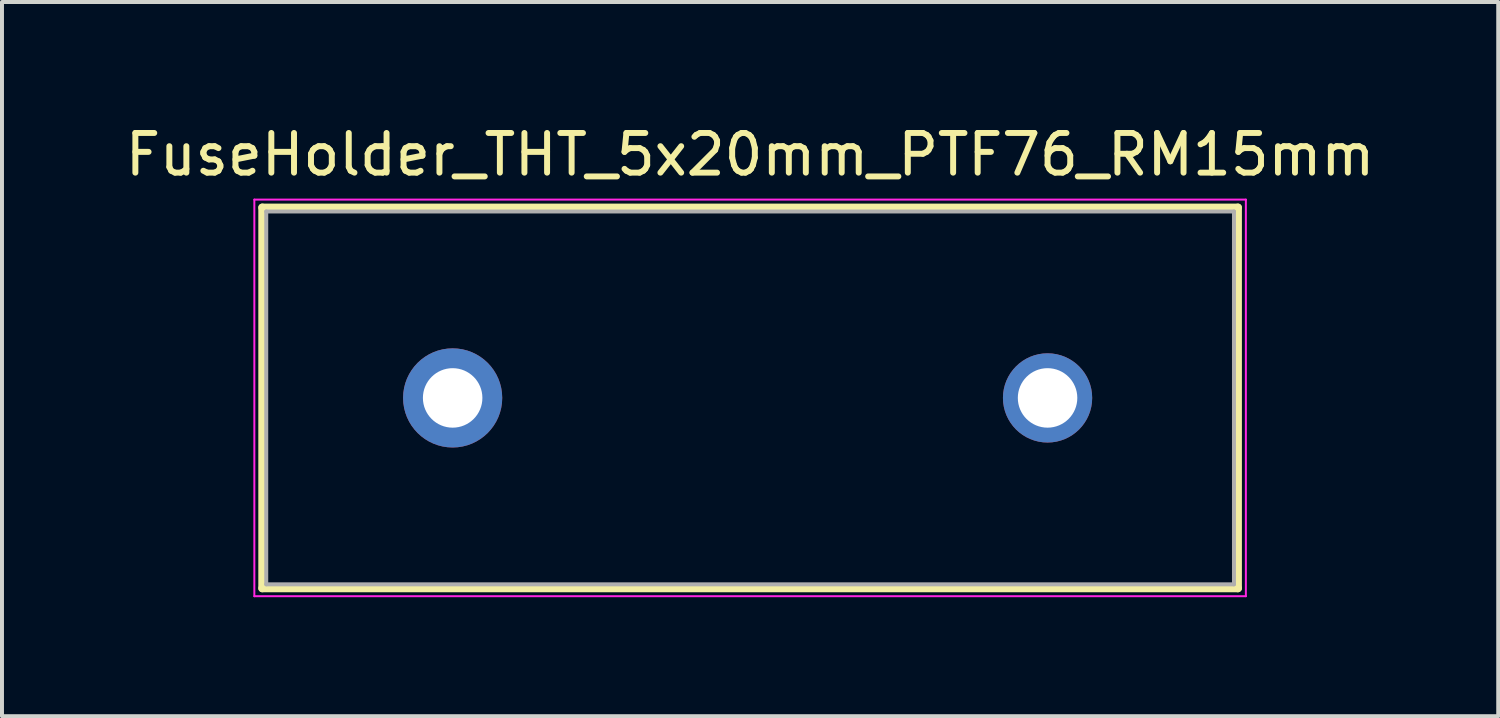
<source format=kicad_pcb>
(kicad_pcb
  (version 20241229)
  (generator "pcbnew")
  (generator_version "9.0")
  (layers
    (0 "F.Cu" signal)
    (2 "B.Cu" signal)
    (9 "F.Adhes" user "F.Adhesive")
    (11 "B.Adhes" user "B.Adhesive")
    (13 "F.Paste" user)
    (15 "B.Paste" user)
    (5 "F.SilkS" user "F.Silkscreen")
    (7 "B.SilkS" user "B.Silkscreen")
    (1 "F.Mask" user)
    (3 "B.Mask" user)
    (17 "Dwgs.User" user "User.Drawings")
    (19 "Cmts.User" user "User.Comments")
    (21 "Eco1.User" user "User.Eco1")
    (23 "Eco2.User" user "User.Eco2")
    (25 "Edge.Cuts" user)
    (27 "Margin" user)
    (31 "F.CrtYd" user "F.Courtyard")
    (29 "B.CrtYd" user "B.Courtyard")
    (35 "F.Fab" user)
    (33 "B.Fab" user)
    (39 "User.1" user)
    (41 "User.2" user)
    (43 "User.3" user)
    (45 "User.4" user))
  (footprint "FuseHolder_THT_5x20mm_PTF76_RM15mm"
    (layer "F.Cu")
    (at 15.863 6.983)
    (property "Reference" "FuseHolder_THT_5x20mm_PTF76_RM15mm" (at 0 -6.135 0) (layer "F.SilkS") (effects (font (size 1 1) (thickness 0.15))))
    (attr through_hole)
    (fp_line (start -12.3 -4.8) (end 12.3 -4.8) (stroke (width 0.2) (type solid)) (layer "F.SilkS"))
    (fp_line (start -12.3 4.8) (end -12.3 -4.8) (stroke (width 0.2) (type solid)) (layer "F.SilkS"))
    (fp_line (start 12.3 -4.8) (end 12.3 4.8) (stroke (width 0.2) (type solid)) (layer "F.SilkS"))
    (fp_line (start 12.3 4.8) (end -12.3 4.8) (stroke (width 0.2) (type solid)) (layer "F.SilkS"))
    (fp_line (start -12.5 -5) (end 12.5 -5) (stroke (width 0.05) (type solid)) (layer "F.CrtYd"))
    (fp_line (start -12.5 5) (end -12.5 -5) (stroke (width 0.05) (type default)) (layer "F.CrtYd"))
    (fp_line (start 12.5 -5) (end 12.5 5) (stroke (width 0.05) (type default)) (layer "F.CrtYd"))
    (fp_line (start 12.5 5) (end -12.5 5) (stroke (width 0.05) (type default)) (layer "F.CrtYd"))
    (fp_line (start -12.2 -4.7) (end 12.2 -4.7) (stroke (width 0.1) (type solid)) (layer "F.Fab"))
    (fp_line (start -12.2 4.7) (end -12.2 -4.7) (stroke (width 0.1) (type solid)) (layer "F.Fab"))
    (fp_line (start 12.2 -4.7) (end 12.2 4.7) (stroke (width 0.1) (type solid)) (layer "F.Fab"))
    (fp_line (start 12.2 4.7) (end -12.2 4.7) (stroke (width 0.1) (type solid)) (layer "F.Fab"))
    (pad "1" thru_hole circle (at -7.5 0) (size 2.5 2.5) (drill 1.5) (layers "*.Cu" "*.Mask"))
    (pad "2" thru_hole circle (at 7.5 0) (size 2.25 2.25) (drill 1.5) (layers "*.Cu" "*.Mask")))
  (gr_rect
    (start -3 -3)
    (end 34.726 15.008)
    (stroke (width 0.1) (type default))
    (fill no)
    (layer "Edge.Cuts")))
</source>
